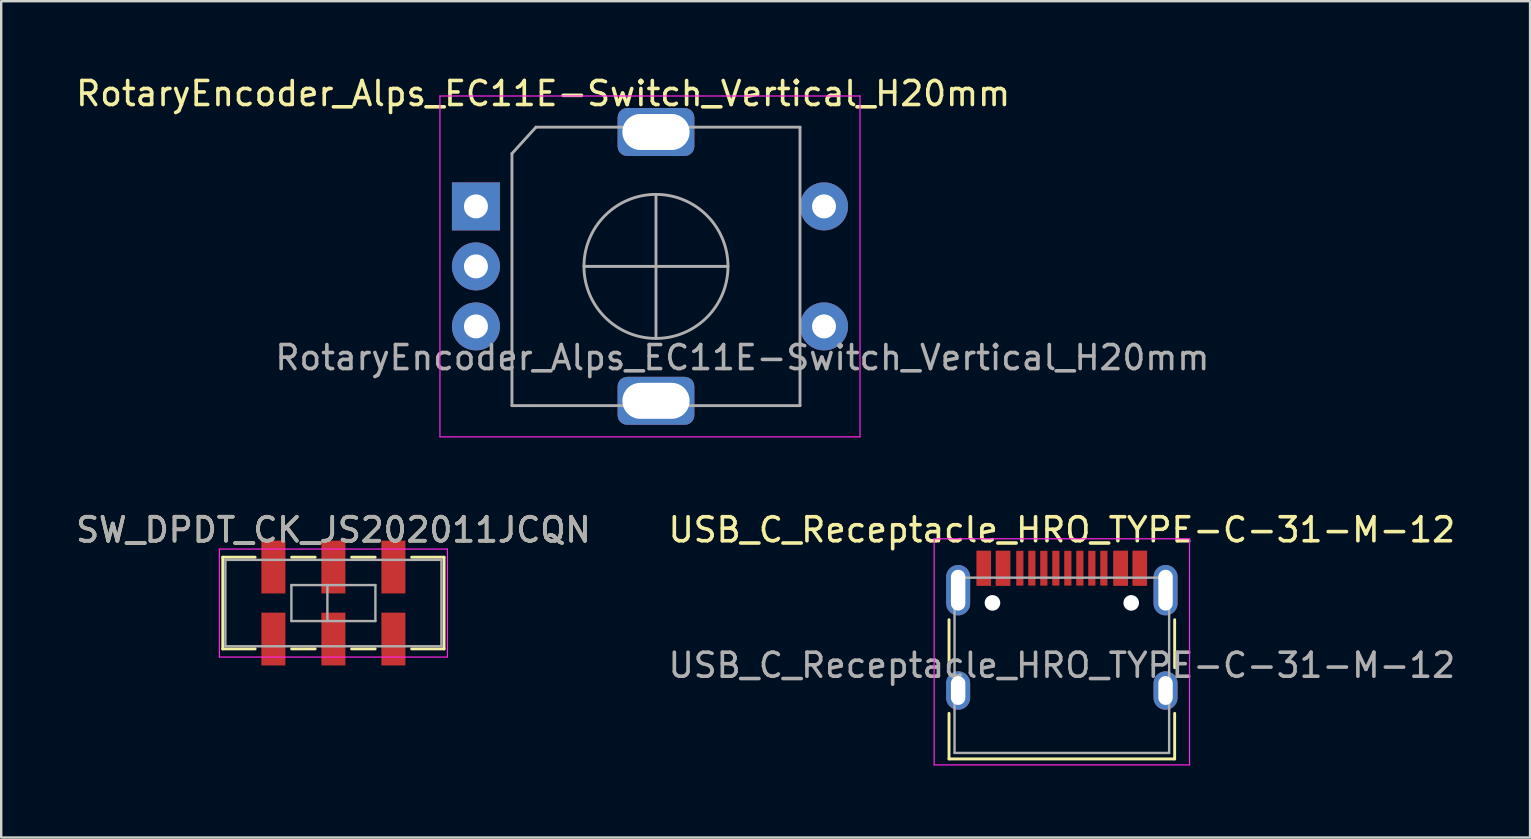
<source format=kicad_pcb>
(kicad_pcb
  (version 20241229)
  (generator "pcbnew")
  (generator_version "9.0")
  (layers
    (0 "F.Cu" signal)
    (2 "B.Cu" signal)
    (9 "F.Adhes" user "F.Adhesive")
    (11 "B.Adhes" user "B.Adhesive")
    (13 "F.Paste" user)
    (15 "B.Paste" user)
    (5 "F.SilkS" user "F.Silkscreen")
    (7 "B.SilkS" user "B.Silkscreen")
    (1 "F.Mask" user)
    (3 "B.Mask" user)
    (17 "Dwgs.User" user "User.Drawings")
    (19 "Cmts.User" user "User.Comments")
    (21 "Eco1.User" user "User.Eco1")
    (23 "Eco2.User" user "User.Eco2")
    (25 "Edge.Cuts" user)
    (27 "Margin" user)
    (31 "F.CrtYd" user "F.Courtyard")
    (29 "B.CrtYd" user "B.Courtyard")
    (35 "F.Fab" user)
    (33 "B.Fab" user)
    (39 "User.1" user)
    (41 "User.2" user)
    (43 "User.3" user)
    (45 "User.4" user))
  (footprint "SW_DPDT_CK_JS202011JCQN"
    (layer "F.Cu")
    (at 10.839 22.072)
    (property "Reference" "SW_DPDT_CK_JS202011JCQN" (at 0 -3.05 0) (layer "F.SilkS") (effects (font (size 1 1) (thickness 0.15))))
    (attr smd)
    (fp_line (start -4.61 -1.91) (end -4.61 1.91) (stroke (width 0.12) (type solid)) (layer "F.SilkS"))
    (fp_line (start -4.61 1.91) (end -3.26 1.91) (stroke (width 0.12) (type solid)) (layer "F.SilkS"))
    (fp_line (start -3.26 -1.91) (end -4.61 -1.91) (stroke (width 0.12) (type solid)) (layer "F.SilkS"))
    (fp_line (start -0.76 -1.91) (end -1.74 -1.91) (stroke (width 0.12) (type solid)) (layer "F.SilkS"))
    (fp_line (start -0.76 1.91) (end -1.74 1.91) (stroke (width 0.12) (type solid)) (layer "F.SilkS"))
    (fp_line (start 1.74 -1.91) (end 0.76 -1.91) (stroke (width 0.12) (type solid)) (layer "F.SilkS"))
    (fp_line (start 1.74 1.91) (end 0.76 1.91) (stroke (width 0.12) (type solid)) (layer "F.SilkS"))
    (fp_line (start 4.61 -1.91) (end 3.26 -1.91) (stroke (width 0.12) (type solid)) (layer "F.SilkS"))
    (fp_line (start 4.61 -1.91) (end 4.61 1.91) (stroke (width 0.12) (type solid)) (layer "F.SilkS"))
    (fp_line (start 4.61 1.91) (end 3.26 1.91) (stroke (width 0.12) (type solid)) (layer "F.SilkS"))
    (fp_line (start -4.75 -2.25) (end -4.75 2.25) (stroke (width 0.05) (type solid)) (layer "F.CrtYd"))
    (fp_line (start -4.75 -2.25) (end 4.75 -2.25) (stroke (width 0.05) (type solid)) (layer "F.CrtYd"))
    (fp_line (start 4.75 -2.25) (end 4.75 2.25) (stroke (width 0.05) (type solid)) (layer "F.CrtYd"))
    (fp_line (start 4.75 2.25) (end -4.75 2.25) (stroke (width 0.05) (type solid)) (layer "F.CrtYd"))
    (fp_line (start -4.5 -1.8) (end 4.5 -1.8) (stroke (width 0.1) (type solid)) (layer "F.Fab"))
    (fp_line (start -4.5 1.8) (end -4.5 -1.8) (stroke (width 0.1) (type solid)) (layer "F.Fab"))
    (fp_line (start -1.75 -0.75) (end -1.75 0.75) (stroke (width 0.1) (type solid)) (layer "F.Fab"))
    (fp_line (start -1.75 -0.75) (end 1.75 -0.75) (stroke (width 0.1) (type solid)) (layer "F.Fab"))
    (fp_line (start -0.25 -0.75) (end -0.25 0.75) (stroke (width 0.1) (type solid)) (layer "F.Fab"))
    (fp_line (start 1.75 -0.75) (end 1.75 0.75) (stroke (width 0.1) (type solid)) (layer "F.Fab"))
    (fp_line (start 1.75 0.75) (end -1.75 0.75) (stroke (width 0.1) (type solid)) (layer "F.Fab"))
    (fp_line (start 4.5 -1.8) (end 4.5 1.8) (stroke (width 0.1) (type solid)) (layer "F.Fab"))
    (fp_line (start 4.5 1.8) (end -4.5 1.8) (stroke (width 0.1) (type solid)) (layer "F.Fab"))
    (fp_text user "${REFERENCE}" (at 0 -3.05 0) (layer "F.Fab") (effects (font (size 1 1) (thickness 0.15))))
    (pad "1" smd rect (at -2.5 -1.5) (size 1 2.2) (layers "F.Cu" "F.Mask" "F.Paste"))
    (pad "2" smd rect (at 0 -1.5) (size 1 2.2) (layers "F.Cu" "F.Mask" "F.Paste"))
    (pad "3" smd rect (at 2.5 -1.5) (size 1 2.2) (layers "F.Cu" "F.Mask" "F.Paste"))
    (pad "4" smd rect (at -2.5 1.5) (size 1 2.2) (layers "F.Cu" "F.Mask" "F.Paste"))
    (pad "5" smd rect (at 0 1.5) (size 1 2.2) (layers "F.Cu" "F.Mask" "F.Paste"))
    (pad "6" smd rect (at 2.5 1.5) (size 1 2.2) (layers "F.Cu" "F.Mask" "F.Paste")))
  (footprint "USB_C_Receptacle_HRO_TYPE-C-31-M-12"
    (layer "F.Cu")
    (at 41.185 24.666)
    (property "Reference" "USB_C_Receptacle_HRO_TYPE-C-31-M-12" (at 0 -5.645 180) (layer "F.SilkS") (effects (font (size 1 1) (thickness 0.15))))
    (attr smd)
    (fp_line (start -4.7 -1.9) (end -4.7 0.1) (stroke (width 0.12) (type solid)) (layer "F.SilkS"))
    (fp_line (start -4.7 2) (end -4.7 3.9) (stroke (width 0.12) (type solid)) (layer "F.SilkS"))
    (fp_line (start -4.7 3.9) (end 4.7 3.9) (stroke (width 0.12) (type solid)) (layer "F.SilkS"))
    (fp_line (start 4.7 -1.9) (end 4.7 0.1) (stroke (width 0.12) (type solid)) (layer "F.SilkS"))
    (fp_line (start 4.7 2) (end 4.7 3.9) (stroke (width 0.12) (type solid)) (layer "F.SilkS"))
    (fp_line (start -5.32 -5.27) (end -5.32 4.15) (stroke (width 0.05) (type solid)) (layer "F.CrtYd"))
    (fp_line (start -5.32 -5.27) (end 5.32 -5.27) (stroke (width 0.05) (type solid)) (layer "F.CrtYd"))
    (fp_line (start -5.32 4.15) (end 5.32 4.15) (stroke (width 0.05) (type solid)) (layer "F.CrtYd"))
    (fp_line (start 5.32 -5.27) (end 5.32 4.15) (stroke (width 0.05) (type solid)) (layer "F.CrtYd"))
    (fp_line (start -4.47 -3.65) (end -4.47 3.65) (stroke (width 0.1) (type solid)) (layer "F.Fab"))
    (fp_line (start -4.47 -3.65) (end 4.47 -3.65) (stroke (width 0.1) (type solid)) (layer "F.Fab"))
    (fp_line (start -4.47 3.65) (end 4.47 3.65) (stroke (width 0.1) (type solid)) (layer "F.Fab"))
    (fp_line (start 4.47 -3.65) (end 4.47 3.65) (stroke (width 0.1) (type solid)) (layer "F.Fab"))
    (fp_text user "${REFERENCE}" (at 0 0 180) (layer "F.Fab") (effects (font (size 1 1) (thickness 0.15))))
    (pad "" np_thru_hole circle (at -2.89 -2.6) (size 0.65 0.65) (drill 0.65) (layers "*.Cu" "*.Mask"))
    (pad "" np_thru_hole circle (at 2.89 -2.6) (size 0.65 0.65) (drill 0.65) (layers "*.Cu" "*.Mask"))
    (pad "A1" smd rect (at -3.25 -4.045) (size 0.6 1.45) (layers "F.Cu" "F.Mask" "F.Paste"))
    (pad "A4" smd rect (at -2.45 -4.045) (size 0.6 1.45) (layers "F.Cu" "F.Mask" "F.Paste"))
    (pad "A5" smd rect (at -1.25 -4.045) (size 0.3 1.45) (layers "F.Cu" "F.Mask" "F.Paste"))
    (pad "A6" smd rect (at -0.25 -4.045) (size 0.3 1.45) (layers "F.Cu" "F.Mask" "F.Paste"))
    (pad "A7" smd rect (at 0.25 -4.045) (size 0.3 1.45) (layers "F.Cu" "F.Mask" "F.Paste"))
    (pad "A8" smd rect (at 1.25 -4.045) (size 0.3 1.45) (layers "F.Cu" "F.Mask" "F.Paste"))
    (pad "A9" smd rect (at 2.45 -4.045) (size 0.6 1.45) (layers "F.Cu" "F.Mask" "F.Paste"))
    (pad "A12" smd rect (at 3.25 -4.045) (size 0.6 1.45) (layers "F.Cu" "F.Mask" "F.Paste"))
    (pad "B1" smd rect (at 3.25 -4.045) (size 0.6 1.45) (layers "F.Cu" "F.Mask" "F.Paste"))
    (pad "B4" smd rect (at 2.45 -4.045) (size 0.6 1.45) (layers "F.Cu" "F.Mask" "F.Paste"))
    (pad "B5" smd rect (at 1.75 -4.045) (size 0.3 1.45) (layers "F.Cu" "F.Mask" "F.Paste"))
    (pad "B6" smd rect (at 0.75 -4.045) (size 0.3 1.45) (layers "F.Cu" "F.Mask" "F.Paste"))
    (pad "B7" smd rect (at -0.75 -4.045) (size 0.3 1.45) (layers "F.Cu" "F.Mask" "F.Paste"))
    (pad "B8" smd rect (at -1.75 -4.045) (size 0.3 1.45) (layers "F.Cu" "F.Mask" "F.Paste"))
    (pad "B9" smd rect (at -2.45 -4.045) (size 0.6 1.45) (layers "F.Cu" "F.Mask" "F.Paste"))
    (pad "B12" smd rect (at -3.25 -4.045) (size 0.6 1.45) (layers "F.Cu" "F.Mask" "F.Paste"))
    (pad "S1" thru_hole oval (at -4.32 -3.13) (size 1 2.1) (drill oval 0.6 1.7) (layers "*.Cu" "*.Mask"))
    (pad "S1" thru_hole oval (at -4.32 1.05) (size 1 1.6) (drill oval 0.6 1.2) (layers "*.Cu" "*.Mask"))
    (pad "S1" thru_hole oval (at 4.32 -3.13) (size 1 2.1) (drill oval 0.6 1.7) (layers "*.Cu" "*.Mask"))
    (pad "S1" thru_hole oval (at 4.32 1.05) (size 1 1.6) (drill oval 0.6 1.2) (layers "*.Cu" "*.Mask")))
  (footprint "RotaryEncoder_Alps_EC11E-Switch_Vertical_H20mm"
    (layer "F.Cu")
    (at 24.277 8.048)
    (property "Reference" "RotaryEncoder_Alps_EC11E-Switch_Vertical_H20mm" (at -4.7 -7.2 0) (layer "F.SilkS") (effects (font (size 1 1) (thickness 0.15))))
    (attr through_hole)
    (fp_line (start -9 -7.1) (end -9 7.1) (stroke (width 0.05) (type solid)) (layer "F.CrtYd"))
    (fp_line (start -9 -7.1) (end 8.5 -7.1) (stroke (width 0.05) (type solid)) (layer "F.CrtYd"))
    (fp_line (start 8.5 7.1) (end -9 7.1) (stroke (width 0.05) (type solid)) (layer "F.CrtYd"))
    (fp_line (start 8.5 7.1) (end 8.5 -7.1) (stroke (width 0.05) (type solid)) (layer "F.CrtYd"))
    (fp_line (start -6 -4.7) (end -5 -5.8) (stroke (width 0.12) (type solid)) (layer "F.Fab"))
    (fp_line (start -6 5.8) (end -6 -4.7) (stroke (width 0.12) (type solid)) (layer "F.Fab"))
    (fp_line (start -5 -5.8) (end 6 -5.8) (stroke (width 0.12) (type solid)) (layer "F.Fab"))
    (fp_line (start -3 0) (end 3 0) (stroke (width 0.12) (type solid)) (layer "F.Fab"))
    (fp_line (start 0 -3) (end 0 3) (stroke (width 0.12) (type solid)) (layer "F.Fab"))
    (fp_line (start 6 -5.8) (end 6 5.8) (stroke (width 0.12) (type solid)) (layer "F.Fab"))
    (fp_line (start 6 5.8) (end -6 5.8) (stroke (width 0.12) (type solid)) (layer "F.Fab"))
    (fp_circle (center 0 0) (end 3 0) (stroke (width 0.12) (type solid)) (fill no) (layer "F.Fab"))
    (fp_text user "${REFERENCE}" (at 3.6 3.8 0) (layer "F.Fab") (effects (font (size 1 1) (thickness 0.15))))
    (pad "A" thru_hole rect (at -7.5 -2.5) (size 2 2) (drill 1) (layers "*.Cu" "*.Mask"))
    (pad "B" thru_hole circle (at -7.5 2.5) (size 2 2) (drill 1) (layers "*.Cu" "*.Mask"))
    (pad "C" thru_hole circle (at -7.5 0) (size 2 2) (drill 1) (layers "*.Cu" "*.Mask"))
    (pad "MP" thru_hole roundrect (at 0 -5.6) (size 3.2 2) (drill oval 2.8 1.5) (layers "*.Cu" "*.Mask") (roundrect_rratio 0.2))
    (pad "MP" thru_hole roundrect (at 0 5.6) (size 3.2 2) (drill oval 2.8 1.5) (layers "*.Cu" "*.Mask") (roundrect_rratio 0.2))
    (pad "S1" thru_hole circle (at 7 2.5) (size 2 2) (drill 1) (layers "*.Cu" "*.Mask"))
    (pad "S2" thru_hole circle (at 7 -2.5) (size 2 2) (drill 1) (layers "*.Cu" "*.Mask")))
  (gr_rect
    (start -3 -3)
    (end 60.69 31.841)
    (stroke (width 0.1) (type default))
    (fill no)
    (layer "Edge.Cuts")))
</source>
